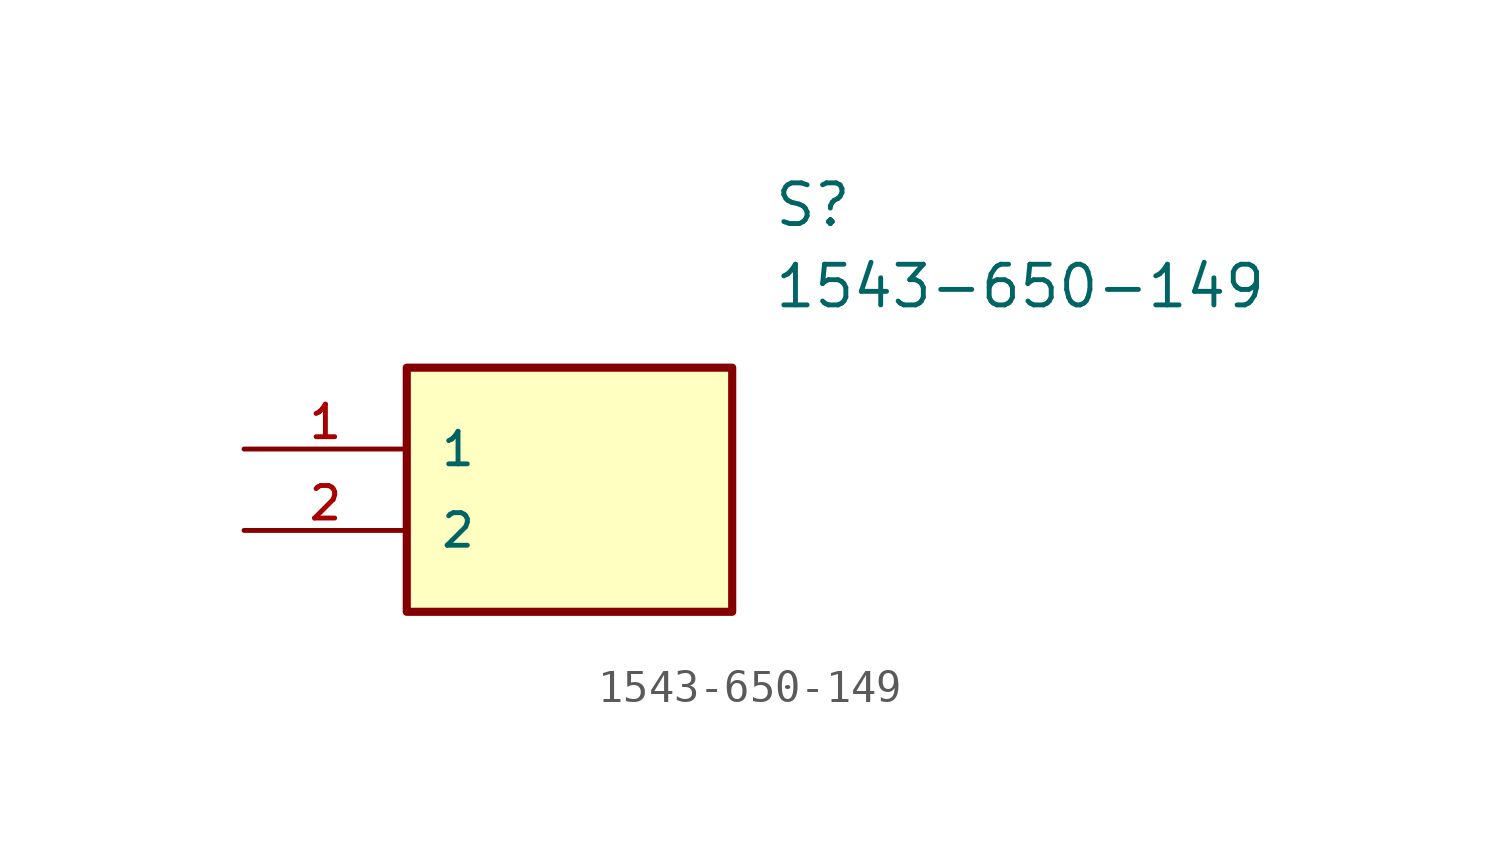
<source format=kicad_sym>
(kicad_symbol_lib
  (version 20211014)
  (generator kicad_symbol_editor)
  (symbol "1543-650-149"
    (pin_names
      (offset 1.016))
    (property "Reference" "S"
      (at 16.51 7.62 0)
      (effects (font (size 1.27 1.27)) (justify left)))
    (property "Value" "1543-650-149"
      (at 16.51 5.08 0)
      (effects (font (size 1.27 1.27)) (justify left)))
    (symbol "1543-650-149_0_0"
      (rectangle (start 5.08 -5.08) (end 15.24 2.54) (stroke (width 0.254)) (fill (type background)))
      (pin bidirectional line (at 0.0 0.0 0) (length 5.08) (name "1" (effects (font (size 1.016 1.016)))) (number "1" (effects (font (size 1.016 1.016)))))
      (pin bidirectional line (at 0.0 -2.54 0) (length 5.08) (name "2" (effects (font (size 1.016 1.016)))) (number "2" (effects (font (size 1.016 1.016))))))))
</source>
